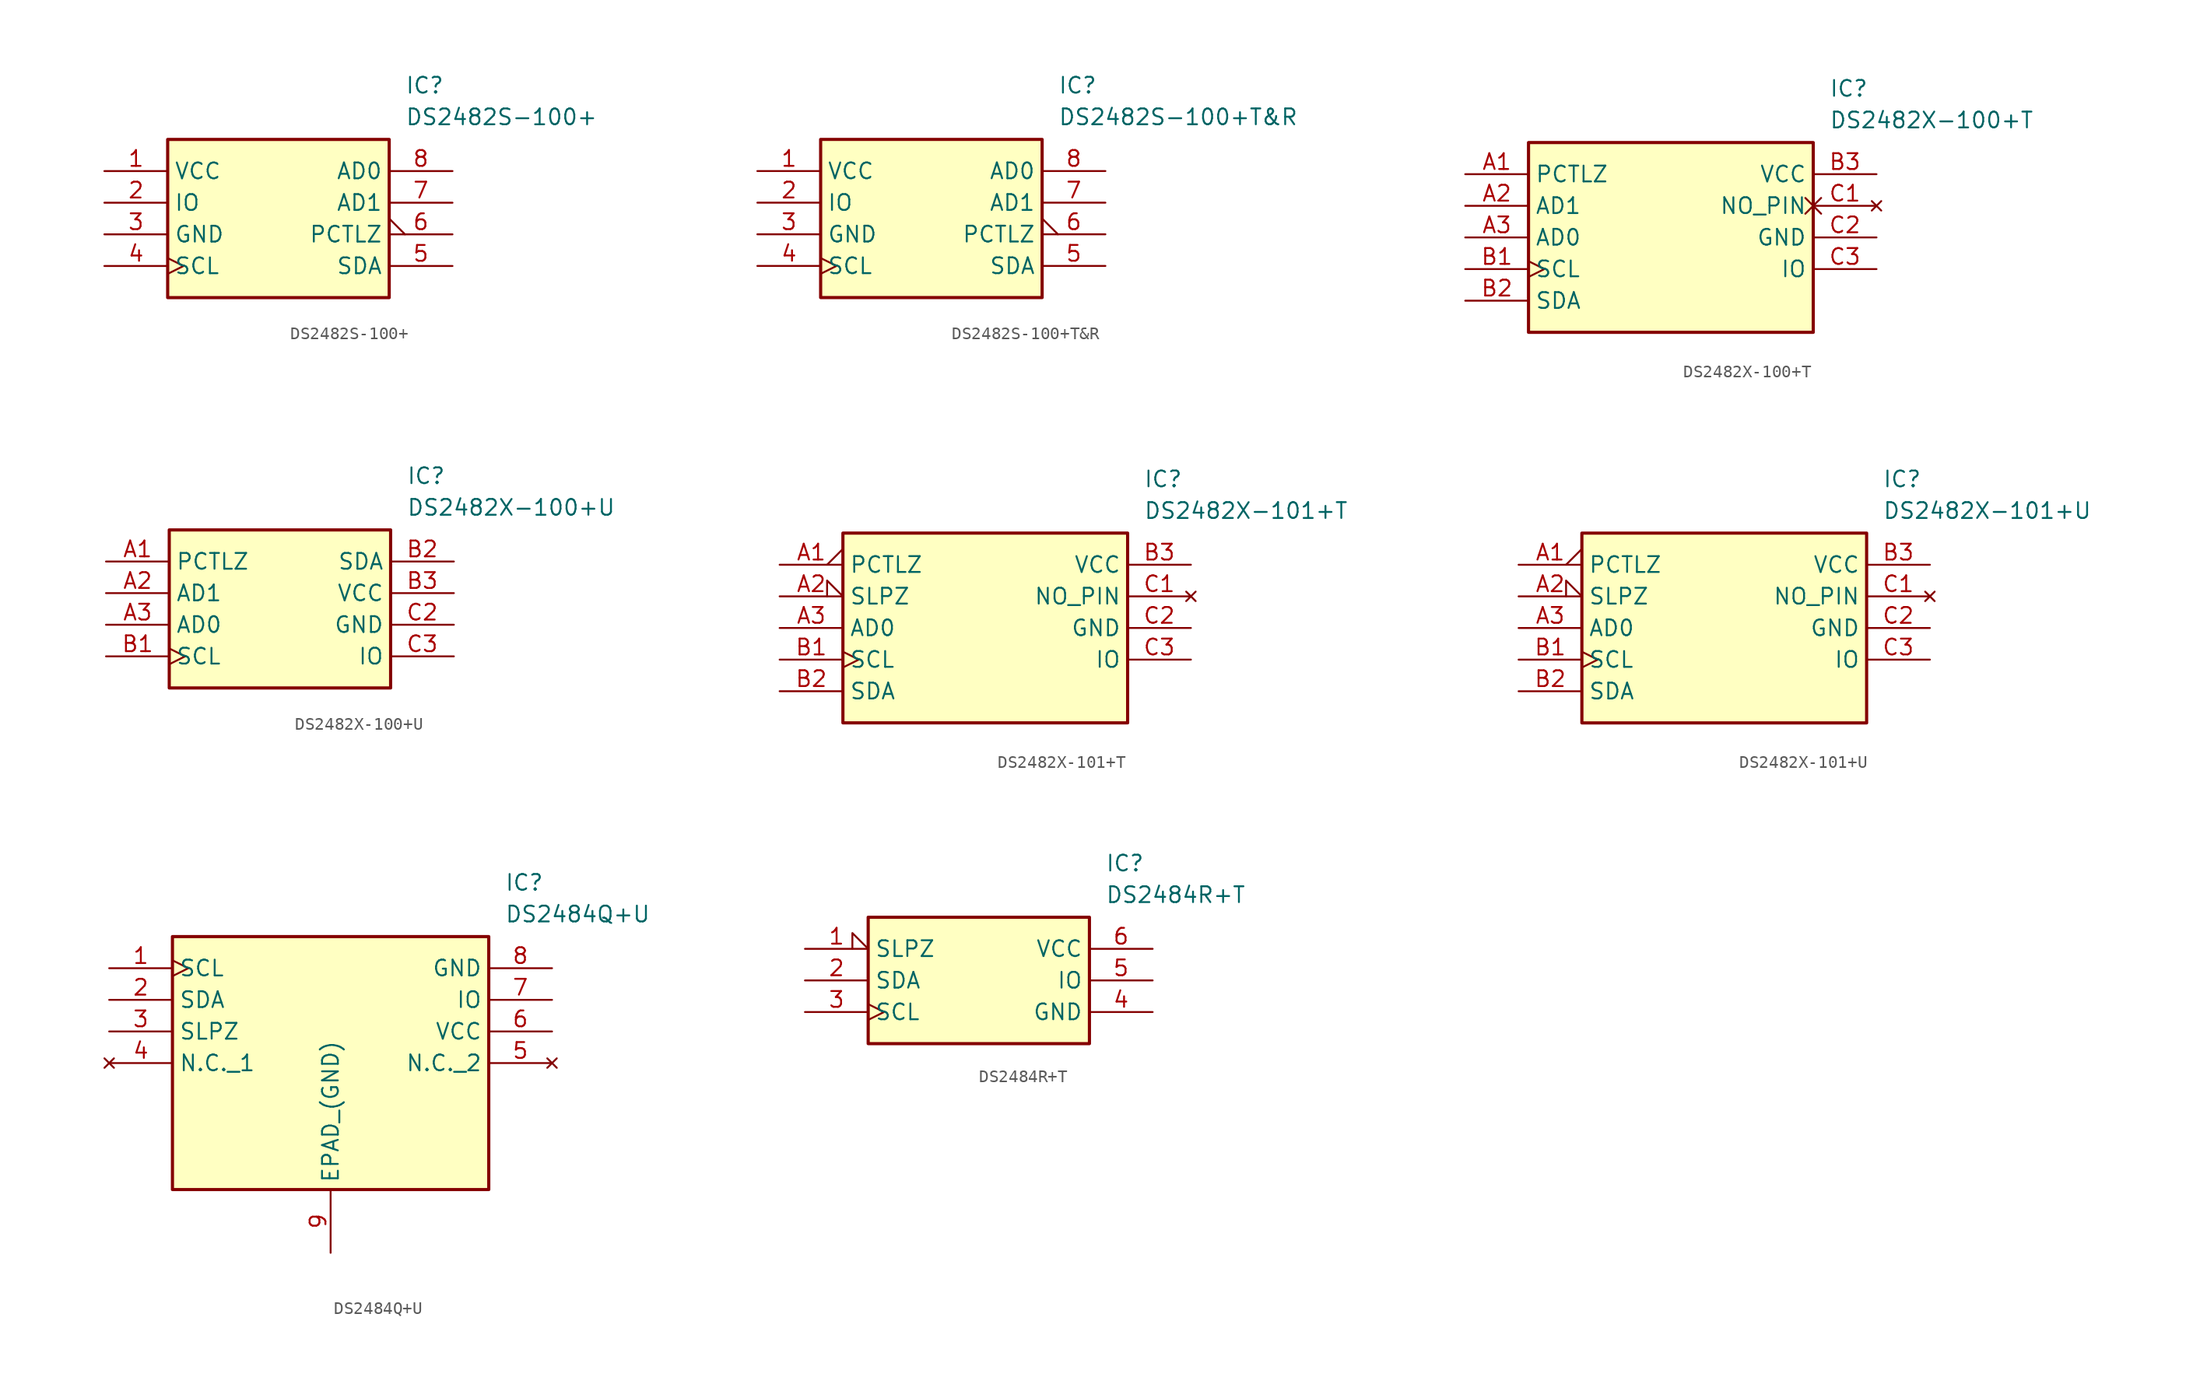
<source format=kicad_sym>
(kicad_symbol_lib
  (version 20241209)
  (generator "kicad_symbol_editor")
  (generator_version "9.0")
  (symbol "DS2482S-100+"
    (property "Reference" "IC"
      (at 24.13 7.62 0)
      (effects (font (size 1.27 1.27)) (justify left top)))
    (property "Value" "DS2482S-100+"
      (at 24.13 5.08 0)
      (effects (font (size 1.27 1.27)) (justify left top)))
    (symbol "DS2482S-100+_1_1"
      (rectangle (start 5.08 2.54) (end 22.86 -10.16) (stroke (width 0.254) (type default)) (fill (type background)))
      (pin power_in line (at 0 0 0) (length 5.08) (name "VCC" (effects (font (size 1.27 1.27)))) (number "1" (effects (font (size 1.27 1.27)))))
      (pin open_collector line (at 0 -2.54 0) (length 5.08) (name "IO" (effects (font (size 1.27 1.27)))) (number "2" (effects (font (size 1.27 1.27)))))
      (pin power_in line (at 0 -5.08 0) (length 5.08) (name "GND" (effects (font (size 1.27 1.27)))) (number "3" (effects (font (size 1.27 1.27)))))
      (pin open_collector clock (at 0 -7.62 0) (length 5.08) (name "SCL" (effects (font (size 1.27 1.27)))) (number "4" (effects (font (size 1.27 1.27)))))
      (pin input line (at 27.94 0 180) (length 5.08) (name "AD0" (effects (font (size 1.27 1.27)))) (number "8" (effects (font (size 1.27 1.27)))))
      (pin input line (at 27.94 -2.54 180) (length 5.08) (name "AD1" (effects (font (size 1.27 1.27)))) (number "7" (effects (font (size 1.27 1.27)))))
      (pin output output_low (at 27.94 -5.08 180) (length 5.08) (name "PCTLZ" (effects (font (size 1.27 1.27)))) (number "6" (effects (font (size 1.27 1.27)))))
      (pin open_collector line (at 27.94 -7.62 180) (length 5.08) (name "SDA" (effects (font (size 1.27 1.27)))) (number "5" (effects (font (size 1.27 1.27)))))))
  (symbol "DS2482S-100+T&R"
    (property "Reference" "IC"
      (at 24.13 7.62 0)
      (effects (font (size 1.27 1.27)) (justify left top)))
    (property "Value" "DS2482S-100+T&R"
      (at 24.13 5.08 0)
      (effects (font (size 1.27 1.27)) (justify left top)))
    (symbol "DS2482S-100+T&R_1_1"
      (rectangle (start 5.08 2.54) (end 22.86 -10.16) (stroke (width 0.254) (type default)) (fill (type background)))
      (pin power_in line (at 0 0 0) (length 5.08) (name "VCC" (effects (font (size 1.27 1.27)))) (number "1" (effects (font (size 1.27 1.27)))))
      (pin open_collector line (at 0 -2.54 0) (length 5.08) (name "IO" (effects (font (size 1.27 1.27)))) (number "2" (effects (font (size 1.27 1.27)))))
      (pin power_in line (at 0 -5.08 0) (length 5.08) (name "GND" (effects (font (size 1.27 1.27)))) (number "3" (effects (font (size 1.27 1.27)))))
      (pin open_collector clock (at 0 -7.62 0) (length 5.08) (name "SCL" (effects (font (size 1.27 1.27)))) (number "4" (effects (font (size 1.27 1.27)))))
      (pin input line (at 27.94 0 180) (length 5.08) (name "AD0" (effects (font (size 1.27 1.27)))) (number "8" (effects (font (size 1.27 1.27)))))
      (pin input line (at 27.94 -2.54 180) (length 5.08) (name "AD1" (effects (font (size 1.27 1.27)))) (number "7" (effects (font (size 1.27 1.27)))))
      (pin output output_low (at 27.94 -5.08 180) (length 5.08) (name "PCTLZ" (effects (font (size 1.27 1.27)))) (number "6" (effects (font (size 1.27 1.27)))))
      (pin open_collector line (at 27.94 -7.62 180) (length 5.08) (name "SDA" (effects (font (size 1.27 1.27)))) (number "5" (effects (font (size 1.27 1.27)))))))
  (symbol "DS2482X-100+T"
    (property "Reference" "IC"
      (at 29.21 7.62 0)
      (effects (font (size 1.27 1.27)) (justify left top)))
    (property "Value" "DS2482X-100+T"
      (at 29.21 5.08 0)
      (effects (font (size 1.27 1.27)) (justify left top)))
    (symbol "DS2482X-100+T_1_1"
      (rectangle (start 5.08 2.54) (end 27.94 -12.7) (stroke (width 0.254) (type default)) (fill (type background)))
      (pin output line (at 0 0 0) (length 5.08) (name "PCTLZ" (effects (font (size 1.27 1.27)))) (number "A1" (effects (font (size 1.27 1.27)))))
      (pin input line (at 0 -2.54 0) (length 5.08) (name "AD1" (effects (font (size 1.27 1.27)))) (number "A2" (effects (font (size 1.27 1.27)))))
      (pin input line (at 0 -5.08 0) (length 5.08) (name "AD0" (effects (font (size 1.27 1.27)))) (number "A3" (effects (font (size 1.27 1.27)))))
      (pin open_collector clock (at 0 -7.62 0) (length 5.08) (name "SCL" (effects (font (size 1.27 1.27)))) (number "B1" (effects (font (size 1.27 1.27)))))
      (pin open_collector line (at 0 -10.16 0) (length 5.08) (name "SDA" (effects (font (size 1.27 1.27)))) (number "B2" (effects (font (size 1.27 1.27)))))
      (pin power_in line (at 33.02 0 180) (length 5.08) (name "VCC" (effects (font (size 1.27 1.27)))) (number "B3" (effects (font (size 1.27 1.27)))))
      (pin no_connect non_logic (at 33.02 -2.54 180) (length 5.08) (name "NO_PIN" (effects (font (size 1.27 1.27)))) (number "C1" (effects (font (size 1.27 1.27)))))
      (pin power_in line (at 33.02 -5.08 180) (length 5.08) (name "GND" (effects (font (size 1.27 1.27)))) (number "C2" (effects (font (size 1.27 1.27)))))
      (pin open_collector line (at 33.02 -7.62 180) (length 5.08) (name "IO" (effects (font (size 1.27 1.27)))) (number "C3" (effects (font (size 1.27 1.27)))))))
  (symbol "DS2482X-100+U"
    (property "Reference" "IC"
      (at 24.13 7.62 0)
      (effects (font (size 1.27 1.27)) (justify left top)))
    (property "Value" "DS2482X-100+U"
      (at 24.13 5.08 0)
      (effects (font (size 1.27 1.27)) (justify left top)))
    (symbol "DS2482X-100+U_1_1"
      (rectangle (start 5.08 2.54) (end 22.86 -10.16) (stroke (width 0.254) (type default)) (fill (type background)))
      (pin output line (at 0 0 0) (length 5.08) (name "PCTLZ" (effects (font (size 1.27 1.27)))) (number "A1" (effects (font (size 1.27 1.27)))))
      (pin input line (at 0 -2.54 0) (length 5.08) (name "AD1" (effects (font (size 1.27 1.27)))) (number "A2" (effects (font (size 1.27 1.27)))))
      (pin input line (at 0 -5.08 0) (length 5.08) (name "AD0" (effects (font (size 1.27 1.27)))) (number "A3" (effects (font (size 1.27 1.27)))))
      (pin open_collector clock (at 0 -7.62 0) (length 5.08) (name "SCL" (effects (font (size 1.27 1.27)))) (number "B1" (effects (font (size 1.27 1.27)))))
      (pin open_collector line (at 27.94 0 180) (length 5.08) (name "SDA" (effects (font (size 1.27 1.27)))) (number "B2" (effects (font (size 1.27 1.27)))))
      (pin power_in line (at 27.94 -2.54 180) (length 5.08) (name "VCC" (effects (font (size 1.27 1.27)))) (number "B3" (effects (font (size 1.27 1.27)))))
      (pin power_in line (at 27.94 -5.08 180) (length 5.08) (name "GND" (effects (font (size 1.27 1.27)))) (number "C2" (effects (font (size 1.27 1.27)))))
      (pin open_collector line (at 27.94 -7.62 180) (length 5.08) (name "IO" (effects (font (size 1.27 1.27)))) (number "C3" (effects (font (size 1.27 1.27)))))))
  (symbol "DS2482X-101+T"
    (property "Reference" "IC"
      (at 29.21 7.62 0)
      (effects (font (size 1.27 1.27)) (justify left top)))
    (property "Value" "DS2482X-101+T"
      (at 29.21 5.08 0)
      (effects (font (size 1.27 1.27)) (justify left top)))
    (symbol "DS2482X-101+T_1_1"
      (rectangle (start 5.08 2.54) (end 27.94 -12.7) (stroke (width 0.254) (type default)) (fill (type background)))
      (pin output output_low (at 0 0 0) (length 5.08) (name "PCTLZ" (effects (font (size 1.27 1.27)))) (number "A1" (effects (font (size 1.27 1.27)))))
      (pin open_collector input_low (at 0 -2.54 0) (length 5.08) (name "SLPZ" (effects (font (size 1.27 1.27)))) (number "A2" (effects (font (size 1.27 1.27)))))
      (pin input line (at 0 -5.08 0) (length 5.08) (name "AD0" (effects (font (size 1.27 1.27)))) (number "A3" (effects (font (size 1.27 1.27)))))
      (pin open_collector clock (at 0 -7.62 0) (length 5.08) (name "SCL" (effects (font (size 1.27 1.27)))) (number "B1" (effects (font (size 1.27 1.27)))))
      (pin open_collector line (at 0 -10.16 0) (length 5.08) (name "SDA" (effects (font (size 1.27 1.27)))) (number "B2" (effects (font (size 1.27 1.27)))))
      (pin power_in line (at 33.02 0 180) (length 5.08) (name "VCC" (effects (font (size 1.27 1.27)))) (number "B3" (effects (font (size 1.27 1.27)))))
      (pin no_connect line (at 33.02 -2.54 180) (length 5.08) (name "NO_PIN" (effects (font (size 1.27 1.27)))) (number "C1" (effects (font (size 1.27 1.27)))))
      (pin power_in line (at 33.02 -5.08 180) (length 5.08) (name "GND" (effects (font (size 1.27 1.27)))) (number "C2" (effects (font (size 1.27 1.27)))))
      (pin bidirectional line (at 33.02 -7.62 180) (length 5.08) (name "IO" (effects (font (size 1.27 1.27)))) (number "C3" (effects (font (size 1.27 1.27)))))))
  (symbol "DS2482X-101+U"
    (property "Reference" "IC"
      (at 29.21 7.62 0)
      (effects (font (size 1.27 1.27)) (justify left top)))
    (property "Value" "DS2482X-101+U"
      (at 29.21 5.08 0)
      (effects (font (size 1.27 1.27)) (justify left top)))
    (symbol "DS2482X-101+U_1_1"
      (rectangle (start 5.08 2.54) (end 27.94 -12.7) (stroke (width 0.254) (type default)) (fill (type background)))
      (pin output output_low (at 0 0 0) (length 5.08) (name "PCTLZ" (effects (font (size 1.27 1.27)))) (number "A1" (effects (font (size 1.27 1.27)))))
      (pin open_collector input_low (at 0 -2.54 0) (length 5.08) (name "SLPZ" (effects (font (size 1.27 1.27)))) (number "A2" (effects (font (size 1.27 1.27)))))
      (pin input line (at 0 -5.08 0) (length 5.08) (name "AD0" (effects (font (size 1.27 1.27)))) (number "A3" (effects (font (size 1.27 1.27)))))
      (pin open_collector clock (at 0 -7.62 0) (length 5.08) (name "SCL" (effects (font (size 1.27 1.27)))) (number "B1" (effects (font (size 1.27 1.27)))))
      (pin open_collector line (at 0 -10.16 0) (length 5.08) (name "SDA" (effects (font (size 1.27 1.27)))) (number "B2" (effects (font (size 1.27 1.27)))))
      (pin power_in line (at 33.02 0 180) (length 5.08) (name "VCC" (effects (font (size 1.27 1.27)))) (number "B3" (effects (font (size 1.27 1.27)))))
      (pin no_connect line (at 33.02 -2.54 180) (length 5.08) (name "NO_PIN" (effects (font (size 1.27 1.27)))) (number "C1" (effects (font (size 1.27 1.27)))))
      (pin power_in line (at 33.02 -5.08 180) (length 5.08) (name "GND" (effects (font (size 1.27 1.27)))) (number "C2" (effects (font (size 1.27 1.27)))))
      (pin bidirectional line (at 33.02 -7.62 180) (length 5.08) (name "IO" (effects (font (size 1.27 1.27)))) (number "C3" (effects (font (size 1.27 1.27)))))))
  (symbol "DS2484Q+U"
    (property "Reference" "IC"
      (at 31.75 7.62 0)
      (effects (font (size 1.27 1.27)) (justify left top)))
    (property "Value" "DS2484Q+U"
      (at 31.75 5.08 0)
      (effects (font (size 1.27 1.27)) (justify left top)))
    (symbol "DS2484Q+U_1_1"
      (rectangle (start 5.08 2.54) (end 30.48 -17.78) (stroke (width 0.254) (type default)) (fill (type background)))
      (pin open_collector clock (at 0 0 0) (length 5.08) (name "SCL" (effects (font (size 1.27 1.27)))) (number "1" (effects (font (size 1.27 1.27)))))
      (pin open_collector line (at 0 -2.54 0) (length 5.08) (name "SDA" (effects (font (size 1.27 1.27)))) (number "2" (effects (font (size 1.27 1.27)))))
      (pin passive line (at 0 -5.08 0) (length 5.08) (name "SLPZ" (effects (font (size 1.27 1.27)))) (number "3" (effects (font (size 1.27 1.27)))))
      (pin no_connect line (at 0 -7.62 0) (length 5.08) (name "N.C._1" (effects (font (size 1.27 1.27)))) (number "4" (effects (font (size 1.27 1.27)))))
      (pin passive line (at 17.78 -22.86 90) (length 5.08) (name "EPAD_(GND)" (effects (font (size 1.27 1.27)))) (number "9" (effects (font (size 1.27 1.27)))))
      (pin passive line (at 35.56 0 180) (length 5.08) (name "GND" (effects (font (size 1.27 1.27)))) (number "8" (effects (font (size 1.27 1.27)))))
      (pin passive line (at 35.56 -2.54 180) (length 5.08) (name "IO" (effects (font (size 1.27 1.27)))) (number "7" (effects (font (size 1.27 1.27)))))
      (pin passive line (at 35.56 -5.08 180) (length 5.08) (name "VCC" (effects (font (size 1.27 1.27)))) (number "6" (effects (font (size 1.27 1.27)))))
      (pin no_connect line (at 35.56 -7.62 180) (length 5.08) (name "N.C._2" (effects (font (size 1.27 1.27)))) (number "5" (effects (font (size 1.27 1.27)))))))
  (symbol "DS2484R+T"
    (property "Reference" "IC"
      (at 24.13 7.62 0)
      (effects (font (size 1.27 1.27)) (justify left top)))
    (property "Value" "DS2484R+T"
      (at 24.13 5.08 0)
      (effects (font (size 1.27 1.27)) (justify left top)))
    (symbol "DS2484R+T_1_1"
      (rectangle (start 5.08 2.54) (end 22.86 -7.62) (stroke (width 0.254) (type default)) (fill (type background)))
      (pin open_collector input_low (at 0 0 0) (length 5.08) (name "SLPZ" (effects (font (size 1.27 1.27)))) (number "1" (effects (font (size 1.27 1.27)))))
      (pin open_collector line (at 0 -2.54 0) (length 5.08) (name "SDA" (effects (font (size 1.27 1.27)))) (number "2" (effects (font (size 1.27 1.27)))))
      (pin open_collector clock (at 0 -5.08 0) (length 5.08) (name "SCL" (effects (font (size 1.27 1.27)))) (number "3" (effects (font (size 1.27 1.27)))))
      (pin power_in line (at 27.94 0 180) (length 5.08) (name "VCC" (effects (font (size 1.27 1.27)))) (number "6" (effects (font (size 1.27 1.27)))))
      (pin open_collector line (at 27.94 -2.54 180) (length 5.08) (name "IO" (effects (font (size 1.27 1.27)))) (number "5" (effects (font (size 1.27 1.27)))))
      (pin power_in line (at 27.94 -5.08 180) (length 5.08) (name "GND" (effects (font (size 1.27 1.27)))) (number "4" (effects (font (size 1.27 1.27))))))))
</source>
